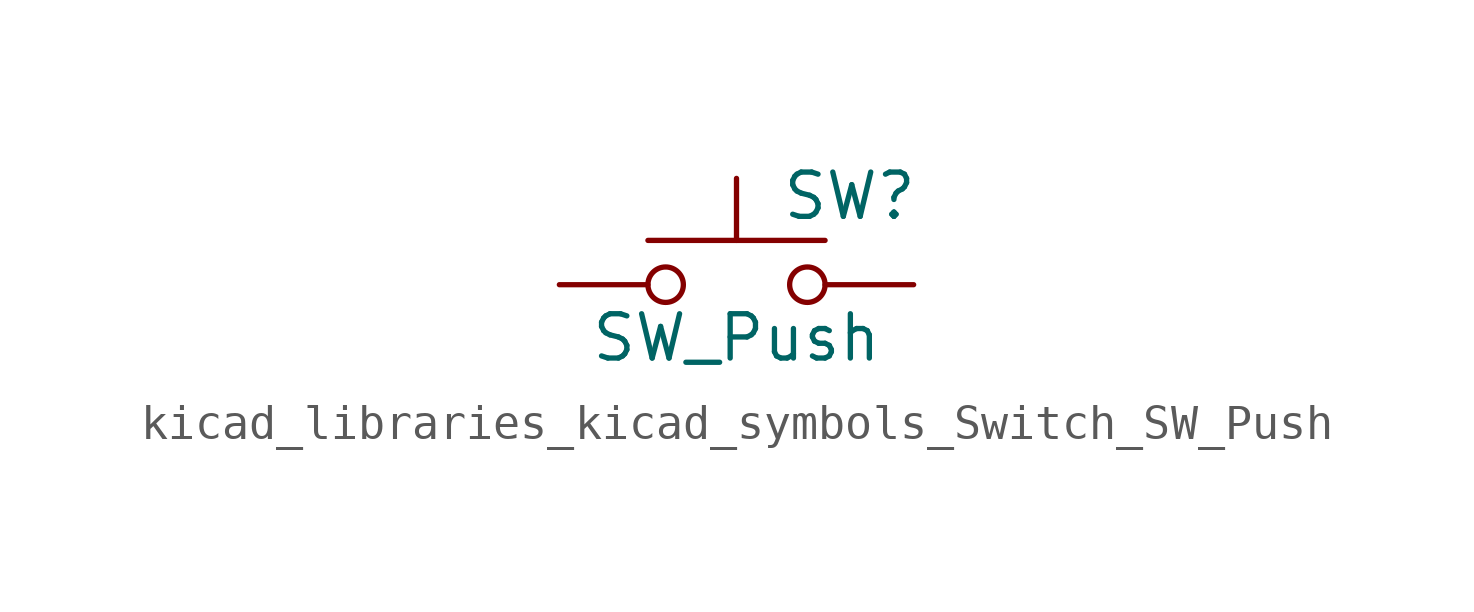
<source format=kicad_sym>
(kicad_symbol_lib
  (version 20220914)
  (generator kicad_symbol_editor)
  (symbol "kicad_libraries_kicad_symbols_Switch_SW_Push"
    (pin_numbers hide)
    (pin_names
      (offset 1.016) hide)
    (property "Reference" "SW"
      (at 1.27 2.54 0)
      (effects (font (size 1.27 1.27)) (justify left)))
    (property "Value" "SW_Push"
      (at 0 -1.524 0)
      (effects (font (size 1.27 1.27))))
    (symbol "kicad_libraries_kicad_symbols_Switch_SW_Push_0_1"
      (circle (center -2.032 0) (radius 0.508) (stroke (width 0) (type default)) (fill (type none)))
      (polyline (pts (xy 0 1.27) (xy 0 3.048)) (stroke (width 0) (type default)) (fill (type none)))
      (polyline (pts (xy 2.54 1.27) (xy -2.54 1.27)) (stroke (width 0) (type default)) (fill (type none)))
      (circle (center 2.032 0) (radius 0.508) (stroke (width 0) (type default)) (fill (type none)))
      (pin passive line (at -5.08 0 0) (length 2.54) (name "1" (effects (font (size 1.27 1.27)))) (number "1" (effects (font (size 1.27 1.27)))))
      (pin passive line (at 5.08 0 180) (length 2.54) (name "2" (effects (font (size 1.27 1.27)))) (number "2" (effects (font (size 1.27 1.27))))))))
</source>
